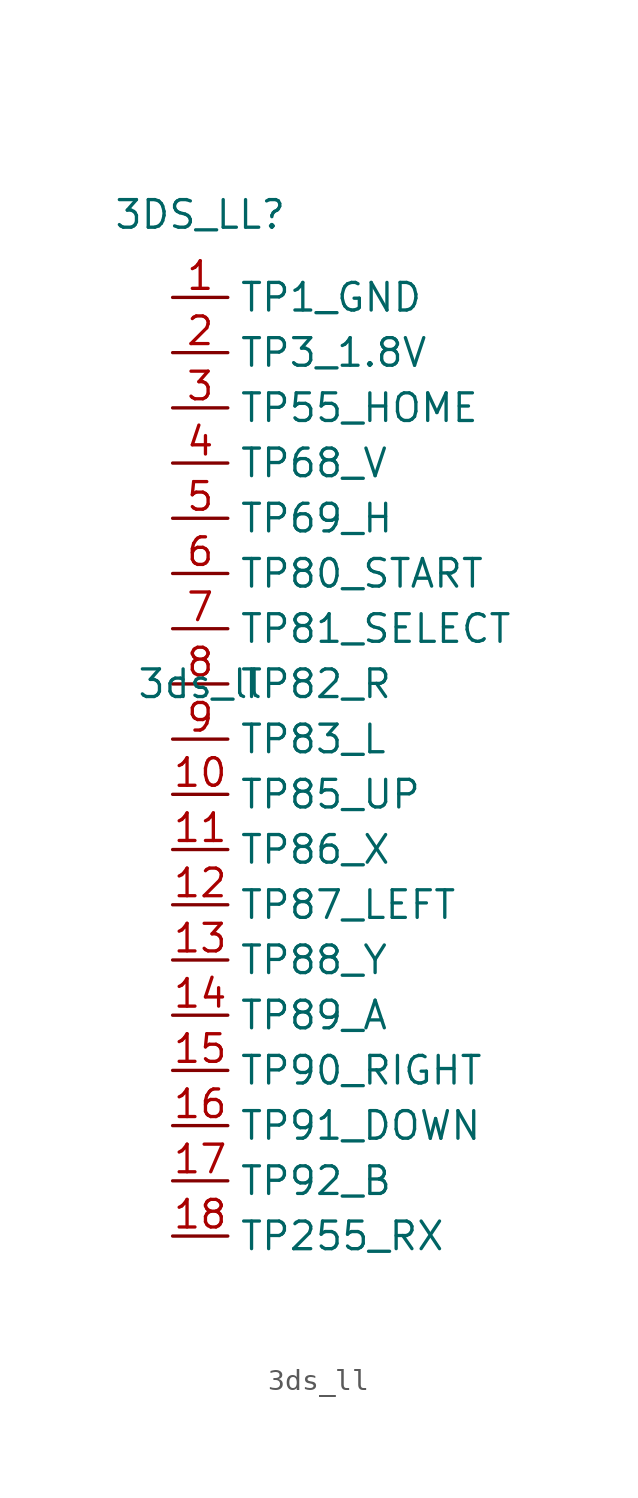
<source format=kicad_sym>
(kicad_symbol_lib
  (version 20220914)
  (generator kicad_symbol_editor)
  (symbol "3ds_ll"
    (property "Reference" "3DS_LL"
      (at 0 24.13 0)
      (effects (font (size 1.27 1.27))))
    (property "Value" "3ds_ll"
      (at 0 2.54 0)
      (effects (font (size 1.27 1.27))))
    (symbol "3ds_ll_1_1"
      (pin input line (at -1.27 20.32 0) (length 2.54) (name "TP1_GND" (effects (font (size 1.27 1.27)))) (number "1" (effects (font (size 1.27 1.27)))))
      (pin input line (at -1.27 -2.54 0) (length 2.54) (name "TP85_UP" (effects (font (size 1.27 1.27)))) (number "10" (effects (font (size 1.27 1.27)))))
      (pin input line (at -1.27 -5.08 0) (length 2.54) (name "TP86_X" (effects (font (size 1.27 1.27)))) (number "11" (effects (font (size 1.27 1.27)))))
      (pin input line (at -1.27 -7.62 0) (length 2.54) (name "TP87_LEFT" (effects (font (size 1.27 1.27)))) (number "12" (effects (font (size 1.27 1.27)))))
      (pin input line (at -1.27 -10.16 0) (length 2.54) (name "TP88_Y" (effects (font (size 1.27 1.27)))) (number "13" (effects (font (size 1.27 1.27)))))
      (pin input line (at -1.27 -12.7 0) (length 2.54) (name "TP89_A" (effects (font (size 1.27 1.27)))) (number "14" (effects (font (size 1.27 1.27)))))
      (pin input line (at -1.27 -15.24 0) (length 2.54) (name "TP90_RIGHT" (effects (font (size 1.27 1.27)))) (number "15" (effects (font (size 1.27 1.27)))))
      (pin input line (at -1.27 -17.78 0) (length 2.54) (name "TP91_DOWN" (effects (font (size 1.27 1.27)))) (number "16" (effects (font (size 1.27 1.27)))))
      (pin input line (at -1.27 -20.32 0) (length 2.54) (name "TP92_B" (effects (font (size 1.27 1.27)))) (number "17" (effects (font (size 1.27 1.27)))))
      (pin input line (at -1.27 -22.86 0) (length 2.54) (name "TP255_RX" (effects (font (size 1.27 1.27)))) (number "18" (effects (font (size 1.27 1.27)))))
      (pin input line (at -1.27 17.78 0) (length 2.54) (name "TP3_1.8V" (effects (font (size 1.27 1.27)))) (number "2" (effects (font (size 1.27 1.27)))))
      (pin input line (at -1.27 15.24 0) (length 2.54) (name "TP55_HOME" (effects (font (size 1.27 1.27)))) (number "3" (effects (font (size 1.27 1.27)))))
      (pin input line (at -1.27 12.7 0) (length 2.54) (name "TP68_V" (effects (font (size 1.27 1.27)))) (number "4" (effects (font (size 1.27 1.27)))))
      (pin input line (at -1.27 10.16 0) (length 2.54) (name "TP69_H" (effects (font (size 1.27 1.27)))) (number "5" (effects (font (size 1.27 1.27)))))
      (pin input line (at -1.27 7.62 0) (length 2.54) (name "TP80_START" (effects (font (size 1.27 1.27)))) (number "6" (effects (font (size 1.27 1.27)))))
      (pin input line (at -1.27 5.08 0) (length 2.54) (name "TP81_SELECT" (effects (font (size 1.27 1.27)))) (number "7" (effects (font (size 1.27 1.27)))))
      (pin input line (at -1.27 2.54 0) (length 2.54) (name "TP82_R" (effects (font (size 1.27 1.27)))) (number "8" (effects (font (size 1.27 1.27)))))
      (pin input line (at -1.27 0 0) (length 2.54) (name "TP83_L" (effects (font (size 1.27 1.27)))) (number "9" (effects (font (size 1.27 1.27))))))))
</source>
